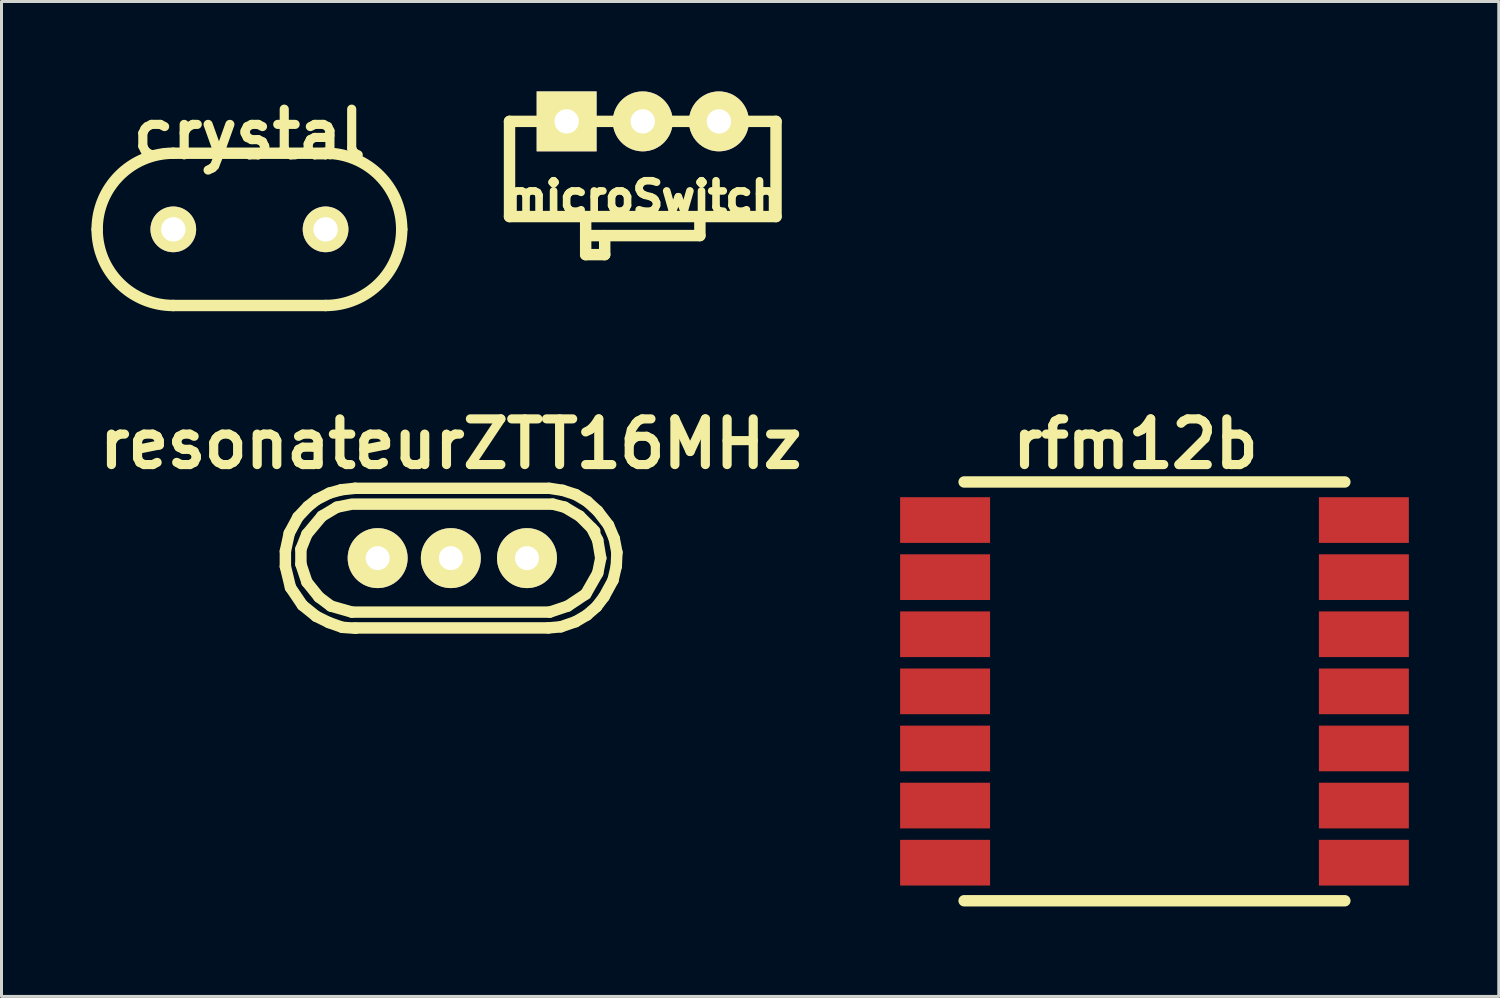
<source format=kicad_pcb>
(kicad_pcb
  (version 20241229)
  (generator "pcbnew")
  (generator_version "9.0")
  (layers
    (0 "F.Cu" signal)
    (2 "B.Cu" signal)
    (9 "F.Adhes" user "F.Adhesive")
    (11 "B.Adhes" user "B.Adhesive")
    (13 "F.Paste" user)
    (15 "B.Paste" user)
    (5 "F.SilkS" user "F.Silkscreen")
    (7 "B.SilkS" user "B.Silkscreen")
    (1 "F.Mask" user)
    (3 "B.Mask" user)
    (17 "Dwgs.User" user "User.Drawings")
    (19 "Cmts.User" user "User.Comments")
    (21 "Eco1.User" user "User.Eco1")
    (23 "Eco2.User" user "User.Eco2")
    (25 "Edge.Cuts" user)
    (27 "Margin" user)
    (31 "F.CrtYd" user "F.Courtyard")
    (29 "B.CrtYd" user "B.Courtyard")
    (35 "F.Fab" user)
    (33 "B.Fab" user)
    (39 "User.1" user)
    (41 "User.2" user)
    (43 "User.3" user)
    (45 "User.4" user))
  (footprint "rfm12b"
    (layer "F.Cu")
    (at 35.462 20.013)
    (property "Reference" "rfm12b" (at -0.635 -8.255 0) (layer "F.SilkS") (effects (font (size 1.524 1.524) (thickness 0.305))))
    (attr through_hole)
    (fp_line (start -6.35 -6.985) (end 6.35 -6.985) (stroke (width 0.381) (type solid)) (layer "F.SilkS"))
    (fp_line (start -6.35 6.985) (end 6.35 6.985) (stroke (width 0.381) (type solid)) (layer "F.SilkS"))
    (pad "4" smd rect (at -6.985 0) (size 3 1.524) (layers "F.Cu" "F.Mask" "F.Paste"))
    (pad "5" smd rect (at -6.985 1.905) (size 3 1.524) (layers "F.Cu" "F.Mask" "F.Paste"))
    (pad "6" smd rect (at -6.985 3.81) (size 3 1.524) (layers "F.Cu" "F.Mask" "F.Paste"))
    (pad "11" smd rect (at 6.985 0) (size 3 1.524) (layers "F.Cu" "F.Mask" "F.Paste"))
    (pad "ANT" smd rect (at 6.985 5.715) (size 3 1.524) (layers "F.Cu" "F.Mask" "F.Paste"))
    (pad "FSS" smd rect (at -6.985 -1.905) (size 3 1.524) (layers "F.Cu" "F.Mask" "F.Paste"))
    (pad "GND" smd rect (at -6.985 5.715) (size 3 1.524) (layers "F.Cu" "F.Mask" "F.Paste"))
    (pad "GND" smd rect (at 6.985 1.905) (size 3 1.524) (layers "F.Cu" "F.Mask" "F.Paste"))
    (pad "IRQ" smd rect (at -6.985 -3.81) (size 3 1.524) (layers "F.Cu" "F.Mask" "F.Paste"))
    (pad "SCK" smd rect (at 6.985 -3.81) (size 3 1.524) (layers "F.Cu" "F.Mask" "F.Paste"))
    (pad "SDI" smd rect (at 6.985 -1.905) (size 3 1.524) (layers "F.Cu" "F.Mask" "F.Paste"))
    (pad "SDO" smd rect (at -6.985 -5.715) (size 3 1.524) (layers "F.Cu" "F.Mask" "F.Paste"))
    (pad "SEL" smd rect (at 6.985 -5.715) (size 3 1.524) (layers "F.Cu" "F.Mask" "F.Paste"))
    (pad "VDD" smd rect (at 6.985 3.81) (size 3 1.524) (layers "F.Cu" "F.Mask" "F.Paste")))
  (footprint "crystal"
    (layer "F.Cu")
    (at 5.271 4.601)
    (property "Reference" "crystal" (at 0 -3.175 0) (layer "F.SilkS") (effects (font (size 1.524 1.524) (thickness 0.305))))
    (attr through_hole)
    (fp_line (start -2.54 -2.54) (end 2.54 -2.54) (stroke (width 0.381) (type solid)) (layer "F.SilkS"))
    (fp_line (start 2.54 2.54) (end -2.54 2.54) (stroke (width 0.381) (type solid)) (layer "F.SilkS"))
    (fp_arc (start -5.08 0) (mid -4.336051 -1.796051) (end -2.54 -2.54) (stroke (width 0.381) (type solid)) (layer "F.SilkS"))
    (fp_arc (start -2.54 2.54) (mid -4.336051 1.796051) (end -5.08 0) (stroke (width 0.381) (type solid)) (layer "F.SilkS"))
    (fp_arc (start 2.54 -2.54) (mid 4.336051 -1.796051) (end 5.08 0) (stroke (width 0.381) (type solid)) (layer "F.SilkS"))
    (fp_arc (start 5.08 0) (mid 4.336051 1.796051) (end 2.54 2.54) (stroke (width 0.381) (type solid)) (layer "F.SilkS"))
    (pad "1" thru_hole circle (at -2.54 0) (size 1.524 1.524) (drill 0.813) (layers "*.Cu" "*.Mask" "F.SilkS"))
    (pad "2" thru_hole circle (at 2.54 0) (size 1.524 1.524) (drill 0.813) (layers "*.Cu" "*.Mask" "F.SilkS")))
  (footprint "microSwitch"
    (layer "F.Cu")
    (at 18.392 0.999)
    (property "Reference" "microSwitch" (at 0 2.54 0) (layer "F.SilkS") (effects (font (size 1.016 1.016) (thickness 0.254))))
    (attr through_hole)
    (fp_line (start -4.445 0) (end 4.445 0) (stroke (width 0.381) (type solid)) (layer "F.SilkS"))
    (fp_line (start -4.445 3.175) (end -4.445 0) (stroke (width 0.381) (type solid)) (layer "F.SilkS"))
    (fp_line (start -1.905 3.175) (end -1.905 3.81) (stroke (width 0.381) (type solid)) (layer "F.SilkS"))
    (fp_line (start -1.905 3.81) (end -1.905 4.445) (stroke (width 0.381) (type solid)) (layer "F.SilkS"))
    (fp_line (start -1.905 3.81) (end 1.905 3.81) (stroke (width 0.381) (type solid)) (layer "F.SilkS"))
    (fp_line (start -1.905 4.445) (end -1.27 4.445) (stroke (width 0.381) (type solid)) (layer "F.SilkS"))
    (fp_line (start -1.27 4.445) (end -1.27 3.81) (stroke (width 0.381) (type solid)) (layer "F.SilkS"))
    (fp_line (start 1.905 3.81) (end 1.905 3.175) (stroke (width 0.381) (type solid)) (layer "F.SilkS"))
    (fp_line (start 4.445 0) (end 4.445 3.175) (stroke (width 0.381) (type solid)) (layer "F.SilkS"))
    (fp_line (start 4.445 3.175) (end -4.445 3.175) (stroke (width 0.381) (type solid)) (layer "F.SilkS"))
    (pad "1" thru_hole rect (at -2.54 0) (size 1.999 1.999) (drill 0.813) (layers "*.Cu" "*.Mask" "F.SilkS"))
    (pad "2" thru_hole circle (at 0 0) (size 1.999 1.999) (drill 0.813) (layers "*.Cu" "*.Mask" "F.SilkS"))
    (pad "3" thru_hole circle (at 2.54 0) (size 1.999 1.999) (drill 0.813) (layers "*.Cu" "*.Mask" "F.SilkS")))
  (footprint "resonateurZTT16MHz"
    (layer "F.Cu")
    (at 11.989 15.568)
    (property "Reference" "resonateurZTT16MHz" (at 0 -3.81 0) (layer "F.SilkS") (effects (font (size 1.524 1.524) (thickness 0.305))))
    (attr through_hole)
    (fp_line (start -5.519 -0.231) (end -5.519 0.279) (stroke (width 0.381) (type solid)) (layer "F.SilkS"))
    (fp_line (start -5.519 0.279) (end -5.349 0.98) (stroke (width 0.381) (type solid)) (layer "F.SilkS"))
    (fp_line (start -5.39 -0.831) (end -5.519 -0.231) (stroke (width 0.381) (type solid)) (layer "F.SilkS"))
    (fp_line (start -5.349 0.98) (end -4.95 1.57) (stroke (width 0.381) (type solid)) (layer "F.SilkS"))
    (fp_line (start -5.1 -1.369) (end -5.39 -0.831) (stroke (width 0.381) (type solid)) (layer "F.SilkS"))
    (fp_line (start -5.001 -0.3) (end -4.801 -0.8) (stroke (width 0.381) (type solid)) (layer "F.SilkS"))
    (fp_line (start -5.001 0.201) (end -5.001 -0.3) (stroke (width 0.381) (type solid)) (layer "F.SilkS"))
    (fp_line (start -4.95 1.57) (end -4.491 1.941) (stroke (width 0.381) (type solid)) (layer "F.SilkS"))
    (fp_line (start -4.801 -0.8) (end -4.3 -1.4) (stroke (width 0.381) (type solid)) (layer "F.SilkS"))
    (fp_line (start -4.801 0.8) (end -5.001 0.201) (stroke (width 0.381) (type solid)) (layer "F.SilkS"))
    (fp_line (start -4.77 -1.72) (end -5.1 -1.369) (stroke (width 0.381) (type solid)) (layer "F.SilkS"))
    (fp_line (start -4.491 1.941) (end -4.069 2.149) (stroke (width 0.381) (type solid)) (layer "F.SilkS"))
    (fp_line (start -4.481 -1.951) (end -4.77 -1.72) (stroke (width 0.381) (type solid)) (layer "F.SilkS"))
    (fp_line (start -4.399 1.3) (end -4.801 0.8) (stroke (width 0.381) (type solid)) (layer "F.SilkS"))
    (fp_line (start -4.3 -1.4) (end -3.8 -1.699) (stroke (width 0.381) (type solid)) (layer "F.SilkS"))
    (fp_line (start -4.069 2.149) (end -3.619 2.309) (stroke (width 0.381) (type solid)) (layer "F.SilkS"))
    (fp_line (start -4.049 -2.169) (end -4.481 -1.951) (stroke (width 0.381) (type solid)) (layer "F.SilkS"))
    (fp_line (start -4 1.6) (end -4.399 1.3) (stroke (width 0.381) (type solid)) (layer "F.SilkS"))
    (fp_line (start -3.8 -1.699) (end -3.299 -1.801) (stroke (width 0.381) (type solid)) (layer "F.SilkS"))
    (fp_line (start -3.65 -2.281) (end -4.049 -2.169) (stroke (width 0.381) (type solid)) (layer "F.SilkS"))
    (fp_line (start -3.619 2.309) (end -3.18 2.339) (stroke (width 0.381) (type solid)) (layer "F.SilkS"))
    (fp_line (start -3.299 1.801) (end -4 1.6) (stroke (width 0.381) (type solid)) (layer "F.SilkS"))
    (fp_line (start -3.2 -2.329) (end 3.251 -2.329) (stroke (width 0.381) (type solid)) (layer "F.SilkS"))
    (fp_line (start -3.2 -1.801) (end 3.401 -1.801) (stroke (width 0.381) (type solid)) (layer "F.SilkS"))
    (fp_line (start -3.2 2.329) (end 3.251 2.329) (stroke (width 0.381) (type solid)) (layer "F.SilkS"))
    (fp_line (start -3.19 -2.329) (end -3.65 -2.281) (stroke (width 0.381) (type solid)) (layer "F.SilkS"))
    (fp_line (start 3.251 2.329) (end 3.67 2.291) (stroke (width 0.381) (type solid)) (layer "F.SilkS"))
    (fp_line (start 3.299 1.801) (end -3.299 1.801) (stroke (width 0.381) (type solid)) (layer "F.SilkS"))
    (fp_line (start 3.401 -1.801) (end 3.8 -1.699) (stroke (width 0.381) (type solid)) (layer "F.SilkS"))
    (fp_line (start 3.67 2.291) (end 4.161 2.121) (stroke (width 0.381) (type solid)) (layer "F.SilkS"))
    (fp_line (start 3.731 -2.261) (end 3.289 -2.329) (stroke (width 0.381) (type solid)) (layer "F.SilkS"))
    (fp_line (start 3.8 -1.699) (end 4.3 -1.4) (stroke (width 0.381) (type solid)) (layer "F.SilkS"))
    (fp_line (start 3.899 1.6) (end 3.299 1.801) (stroke (width 0.381) (type solid)) (layer "F.SilkS"))
    (fp_line (start 4.161 -2.121) (end 3.731 -2.261) (stroke (width 0.381) (type solid)) (layer "F.SilkS"))
    (fp_line (start 4.161 2.121) (end 4.539 1.9) (stroke (width 0.381) (type solid)) (layer "F.SilkS"))
    (fp_line (start 4.3 -1.4) (end 4.801 -0.899) (stroke (width 0.381) (type solid)) (layer "F.SilkS"))
    (fp_line (start 4.501 1.199) (end 3.899 1.6) (stroke (width 0.381) (type solid)) (layer "F.SilkS"))
    (fp_line (start 4.539 1.9) (end 4.859 1.621) (stroke (width 0.381) (type solid)) (layer "F.SilkS"))
    (fp_line (start 4.549 -1.89) (end 4.161 -2.121) (stroke (width 0.381) (type solid)) (layer "F.SilkS"))
    (fp_line (start 4.699 -1.001) (end 4.9 -0.599) (stroke (width 0.381) (type solid)) (layer "F.SilkS"))
    (fp_line (start 4.859 1.621) (end 5.11 1.29) (stroke (width 0.381) (type solid)) (layer "F.SilkS"))
    (fp_line (start 4.9 -1.57) (end 4.549 -1.89) (stroke (width 0.381) (type solid)) (layer "F.SilkS"))
    (fp_line (start 4.9 -0.599) (end 5.001 0) (stroke (width 0.381) (type solid)) (layer "F.SilkS"))
    (fp_line (start 4.9 0.5) (end 4.501 1.199) (stroke (width 0.381) (type solid)) (layer "F.SilkS"))
    (fp_line (start 5.001 0) (end 4.9 0.5) (stroke (width 0.381) (type solid)) (layer "F.SilkS"))
    (fp_line (start 5.11 1.29) (end 5.41 0.739) (stroke (width 0.381) (type solid)) (layer "F.SilkS"))
    (fp_line (start 5.26 -1.1) (end 4.9 -1.57) (stroke (width 0.381) (type solid)) (layer "F.SilkS"))
    (fp_line (start 5.41 0.739) (end 5.519 0.269) (stroke (width 0.381) (type solid)) (layer "F.SilkS"))
    (fp_line (start 5.451 -0.65) (end 5.26 -1.1) (stroke (width 0.381) (type solid)) (layer "F.SilkS"))
    (fp_line (start 5.519 0.269) (end 5.54 -0.191) (stroke (width 0.381) (type solid)) (layer "F.SilkS"))
    (fp_line (start 5.54 -0.191) (end 5.451 -0.65) (stroke (width 0.381) (type solid)) (layer "F.SilkS"))
    (pad "1" thru_hole circle (at -2.441 0) (size 2 2) (drill 0.8) (layers "*.Cu" "*.Mask" "F.SilkS"))
    (pad "2" thru_hole circle (at 0 0) (size 2 2) (drill 0.8) (layers "*.Cu" "*.Mask" "F.SilkS"))
    (pad "3" thru_hole circle (at 2.54 0) (size 2 2) (drill 0.8) (layers "*.Cu" "*.Mask" "F.SilkS")))
  (gr_rect
    (start -3 -3)
    (end 46.947 30.189)
    (stroke (width 0.1) (type default))
    (fill no)
    (layer "Edge.Cuts")))
</source>
